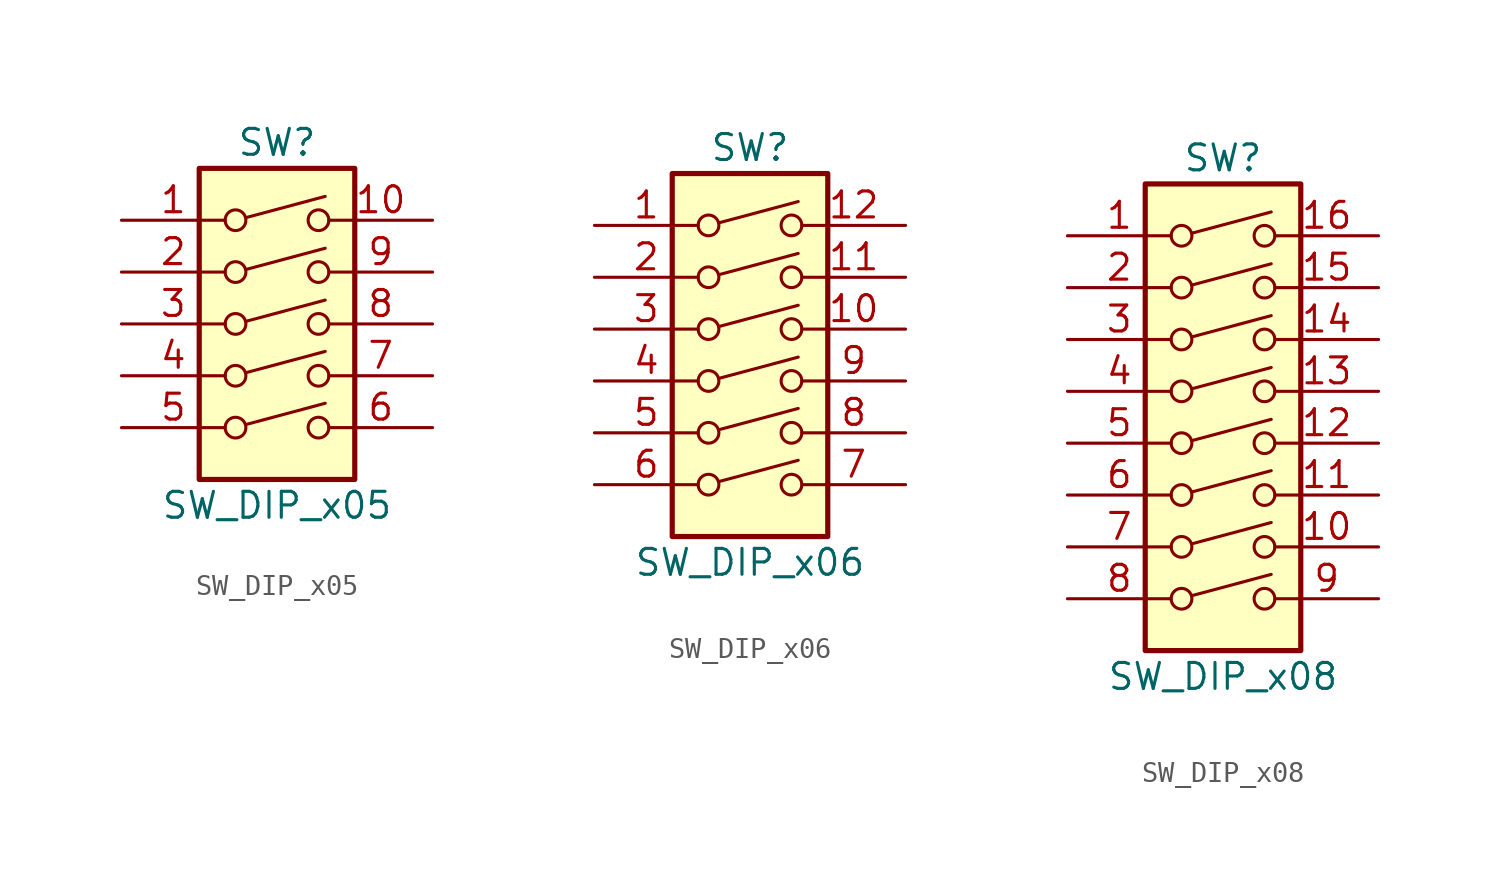
<source format=kicad_sym>
(kicad_symbol_lib
  (version 20211014)
  (generator kicad_symbol_editor)
  (symbol "SW_DIP_x05"
    (pin_names
      (offset 0) hide)
    (property "Reference" "SW"
      (at 0 8.89 0)
      (effects (font (size 1.27 1.27))))
    (property "Value" "SW_DIP_x05"
      (at 0 -8.89 0)
      (effects (font (size 1.27 1.27))))
    (symbol "SW_DIP_x05_0_0"
      (circle (center -2.032 -5.08) (radius 0.508) (stroke (width 0) (type default) (color 0 0 0 0)) (fill (type none)))
      (circle (center -2.032 -2.54) (radius 0.508) (stroke (width 0) (type default) (color 0 0 0 0)) (fill (type none)))
      (circle (center -2.032 0) (radius 0.508) (stroke (width 0) (type default) (color 0 0 0 0)) (fill (type none)))
      (circle (center -2.032 2.54) (radius 0.508) (stroke (width 0) (type default) (color 0 0 0 0)) (fill (type none)))
      (circle (center -2.032 5.08) (radius 0.508) (stroke (width 0) (type default) (color 0 0 0 0)) (fill (type none)))
      (polyline (pts (xy -1.524 -4.928) (xy 2.362 -3.886)) (stroke (width 0) (type default) (color 0 0 0 0)) (fill (type none)))
      (polyline (pts (xy -1.524 -2.388) (xy 2.362 -1.346)) (stroke (width 0) (type default) (color 0 0 0 0)) (fill (type none)))
      (polyline (pts (xy -1.524 0.127) (xy 2.362 1.168)) (stroke (width 0) (type default) (color 0 0 0 0)) (fill (type none)))
      (polyline (pts (xy -1.524 2.667) (xy 2.362 3.708)) (stroke (width 0) (type default) (color 0 0 0 0)) (fill (type none)))
      (polyline (pts (xy -1.524 5.207) (xy 2.362 6.248)) (stroke (width 0) (type default) (color 0 0 0 0)) (fill (type none)))
      (circle (center 2.032 -5.08) (radius 0.508) (stroke (width 0) (type default) (color 0 0 0 0)) (fill (type none)))
      (circle (center 2.032 -2.54) (radius 0.508) (stroke (width 0) (type default) (color 0 0 0 0)) (fill (type none)))
      (circle (center 2.032 0) (radius 0.508) (stroke (width 0) (type default) (color 0 0 0 0)) (fill (type none)))
      (circle (center 2.032 2.54) (radius 0.508) (stroke (width 0) (type default) (color 0 0 0 0)) (fill (type none)))
      (circle (center 2.032 5.08) (radius 0.508) (stroke (width 0) (type default) (color 0 0 0 0)) (fill (type none))))
    (symbol "SW_DIP_x05_0_1"
      (rectangle (start -3.81 7.62) (end 3.81 -7.62) (stroke (width 0.254) (type default) (color 0 0 0 0)) (fill (type background))))
    (symbol "SW_DIP_x05_1_1"
      (pin passive line (at -7.62 5.08 0) (length 5.08) (name "~" (effects (font (size 1.27 1.27)))) (number "1" (effects (font (size 1.27 1.27)))))
      (pin passive line (at 7.62 5.08 180) (length 5.08) (name "~" (effects (font (size 1.27 1.27)))) (number "10" (effects (font (size 1.27 1.27)))))
      (pin passive line (at -7.62 2.54 0) (length 5.08) (name "~" (effects (font (size 1.27 1.27)))) (number "2" (effects (font (size 1.27 1.27)))))
      (pin passive line (at -7.62 0 0) (length 5.08) (name "~" (effects (font (size 1.27 1.27)))) (number "3" (effects (font (size 1.27 1.27)))))
      (pin passive line (at -7.62 -2.54 0) (length 5.08) (name "~" (effects (font (size 1.27 1.27)))) (number "4" (effects (font (size 1.27 1.27)))))
      (pin passive line (at -7.62 -5.08 0) (length 5.08) (name "~" (effects (font (size 1.27 1.27)))) (number "5" (effects (font (size 1.27 1.27)))))
      (pin passive line (at 7.62 -5.08 180) (length 5.08) (name "~" (effects (font (size 1.27 1.27)))) (number "6" (effects (font (size 1.27 1.27)))))
      (pin passive line (at 7.62 -2.54 180) (length 5.08) (name "~" (effects (font (size 1.27 1.27)))) (number "7" (effects (font (size 1.27 1.27)))))
      (pin passive line (at 7.62 0 180) (length 5.08) (name "~" (effects (font (size 1.27 1.27)))) (number "8" (effects (font (size 1.27 1.27)))))
      (pin passive line (at 7.62 2.54 180) (length 5.08) (name "~" (effects (font (size 1.27 1.27)))) (number "9" (effects (font (size 1.27 1.27)))))))
  (symbol "SW_DIP_x06"
    (pin_names
      (offset 0) hide)
    (property "Reference" "SW"
      (at 0 11.43 0)
      (effects (font (size 1.27 1.27))))
    (property "Value" "SW_DIP_x06"
      (at 0 -8.89 0)
      (effects (font (size 1.27 1.27))))
    (symbol "SW_DIP_x06_0_0"
      (circle (center -2.032 -5.08) (radius 0.508) (stroke (width 0) (type default) (color 0 0 0 0)) (fill (type none)))
      (circle (center -2.032 -2.54) (radius 0.508) (stroke (width 0) (type default) (color 0 0 0 0)) (fill (type none)))
      (circle (center -2.032 0) (radius 0.508) (stroke (width 0) (type default) (color 0 0 0 0)) (fill (type none)))
      (circle (center -2.032 2.54) (radius 0.508) (stroke (width 0) (type default) (color 0 0 0 0)) (fill (type none)))
      (circle (center -2.032 5.08) (radius 0.508) (stroke (width 0) (type default) (color 0 0 0 0)) (fill (type none)))
      (circle (center -2.032 7.62) (radius 0.508) (stroke (width 0) (type default) (color 0 0 0 0)) (fill (type none)))
      (polyline (pts (xy -1.524 -4.928) (xy 2.362 -3.886)) (stroke (width 0) (type default) (color 0 0 0 0)) (fill (type none)))
      (polyline (pts (xy -1.524 -2.388) (xy 2.362 -1.346)) (stroke (width 0) (type default) (color 0 0 0 0)) (fill (type none)))
      (polyline (pts (xy -1.524 0.127) (xy 2.362 1.168)) (stroke (width 0) (type default) (color 0 0 0 0)) (fill (type none)))
      (polyline (pts (xy -1.524 2.667) (xy 2.362 3.708)) (stroke (width 0) (type default) (color 0 0 0 0)) (fill (type none)))
      (polyline (pts (xy -1.524 5.207) (xy 2.362 6.248)) (stroke (width 0) (type default) (color 0 0 0 0)) (fill (type none)))
      (polyline (pts (xy -1.524 7.747) (xy 2.362 8.788)) (stroke (width 0) (type default) (color 0 0 0 0)) (fill (type none)))
      (circle (center 2.032 -5.08) (radius 0.508) (stroke (width 0) (type default) (color 0 0 0 0)) (fill (type none)))
      (circle (center 2.032 -2.54) (radius 0.508) (stroke (width 0) (type default) (color 0 0 0 0)) (fill (type none)))
      (circle (center 2.032 0) (radius 0.508) (stroke (width 0) (type default) (color 0 0 0 0)) (fill (type none)))
      (circle (center 2.032 2.54) (radius 0.508) (stroke (width 0) (type default) (color 0 0 0 0)) (fill (type none)))
      (circle (center 2.032 5.08) (radius 0.508) (stroke (width 0) (type default) (color 0 0 0 0)) (fill (type none)))
      (circle (center 2.032 7.62) (radius 0.508) (stroke (width 0) (type default) (color 0 0 0 0)) (fill (type none))))
    (symbol "SW_DIP_x06_0_1"
      (rectangle (start -3.81 10.16) (end 3.81 -7.62) (stroke (width 0.254) (type default) (color 0 0 0 0)) (fill (type background))))
    (symbol "SW_DIP_x06_1_1"
      (pin passive line (at -7.62 7.62 0) (length 5.08) (name "~" (effects (font (size 1.27 1.27)))) (number "1" (effects (font (size 1.27 1.27)))))
      (pin passive line (at 7.62 2.54 180) (length 5.08) (name "~" (effects (font (size 1.27 1.27)))) (number "10" (effects (font (size 1.27 1.27)))))
      (pin passive line (at 7.62 5.08 180) (length 5.08) (name "~" (effects (font (size 1.27 1.27)))) (number "11" (effects (font (size 1.27 1.27)))))
      (pin passive line (at 7.62 7.62 180) (length 5.08) (name "~" (effects (font (size 1.27 1.27)))) (number "12" (effects (font (size 1.27 1.27)))))
      (pin passive line (at -7.62 5.08 0) (length 5.08) (name "~" (effects (font (size 1.27 1.27)))) (number "2" (effects (font (size 1.27 1.27)))))
      (pin passive line (at -7.62 2.54 0) (length 5.08) (name "~" (effects (font (size 1.27 1.27)))) (number "3" (effects (font (size 1.27 1.27)))))
      (pin passive line (at -7.62 0 0) (length 5.08) (name "~" (effects (font (size 1.27 1.27)))) (number "4" (effects (font (size 1.27 1.27)))))
      (pin passive line (at -7.62 -2.54 0) (length 5.08) (name "~" (effects (font (size 1.27 1.27)))) (number "5" (effects (font (size 1.27 1.27)))))
      (pin passive line (at -7.62 -5.08 0) (length 5.08) (name "~" (effects (font (size 1.27 1.27)))) (number "6" (effects (font (size 1.27 1.27)))))
      (pin passive line (at 7.62 -5.08 180) (length 5.08) (name "~" (effects (font (size 1.27 1.27)))) (number "7" (effects (font (size 1.27 1.27)))))
      (pin passive line (at 7.62 -2.54 180) (length 5.08) (name "~" (effects (font (size 1.27 1.27)))) (number "8" (effects (font (size 1.27 1.27)))))
      (pin passive line (at 7.62 0 180) (length 5.08) (name "~" (effects (font (size 1.27 1.27)))) (number "9" (effects (font (size 1.27 1.27)))))))
  (symbol "SW_DIP_x08"
    (pin_names
      (offset 0) hide)
    (property "Reference" "SW"
      (at 0 13.97 0)
      (effects (font (size 1.27 1.27))))
    (property "Value" "SW_DIP_x08"
      (at 0 -11.43 0)
      (effects (font (size 1.27 1.27))))
    (symbol "SW_DIP_x08_0_0"
      (circle (center -2.032 -7.62) (radius 0.508) (stroke (width 0) (type default) (color 0 0 0 0)) (fill (type none)))
      (circle (center -2.032 -5.08) (radius 0.508) (stroke (width 0) (type default) (color 0 0 0 0)) (fill (type none)))
      (circle (center -2.032 -2.54) (radius 0.508) (stroke (width 0) (type default) (color 0 0 0 0)) (fill (type none)))
      (circle (center -2.032 0) (radius 0.508) (stroke (width 0) (type default) (color 0 0 0 0)) (fill (type none)))
      (circle (center -2.032 2.54) (radius 0.508) (stroke (width 0) (type default) (color 0 0 0 0)) (fill (type none)))
      (circle (center -2.032 5.08) (radius 0.508) (stroke (width 0) (type default) (color 0 0 0 0)) (fill (type none)))
      (circle (center -2.032 7.62) (radius 0.508) (stroke (width 0) (type default) (color 0 0 0 0)) (fill (type none)))
      (circle (center -2.032 10.16) (radius 0.508) (stroke (width 0) (type default) (color 0 0 0 0)) (fill (type none)))
      (polyline (pts (xy -1.524 -7.468) (xy 2.362 -6.426)) (stroke (width 0) (type default) (color 0 0 0 0)) (fill (type none)))
      (polyline (pts (xy -1.524 -4.928) (xy 2.362 -3.886)) (stroke (width 0) (type default) (color 0 0 0 0)) (fill (type none)))
      (polyline (pts (xy -1.524 -2.388) (xy 2.362 -1.346)) (stroke (width 0) (type default) (color 0 0 0 0)) (fill (type none)))
      (polyline (pts (xy -1.524 0.127) (xy 2.362 1.168)) (stroke (width 0) (type default) (color 0 0 0 0)) (fill (type none)))
      (polyline (pts (xy -1.524 2.667) (xy 2.362 3.708)) (stroke (width 0) (type default) (color 0 0 0 0)) (fill (type none)))
      (polyline (pts (xy -1.524 5.207) (xy 2.362 6.248)) (stroke (width 0) (type default) (color 0 0 0 0)) (fill (type none)))
      (polyline (pts (xy -1.524 7.747) (xy 2.362 8.788)) (stroke (width 0) (type default) (color 0 0 0 0)) (fill (type none)))
      (polyline (pts (xy -1.524 10.287) (xy 2.362 11.328)) (stroke (width 0) (type default) (color 0 0 0 0)) (fill (type none)))
      (circle (center 2.032 -7.62) (radius 0.508) (stroke (width 0) (type default) (color 0 0 0 0)) (fill (type none)))
      (circle (center 2.032 -5.08) (radius 0.508) (stroke (width 0) (type default) (color 0 0 0 0)) (fill (type none)))
      (circle (center 2.032 -2.54) (radius 0.508) (stroke (width 0) (type default) (color 0 0 0 0)) (fill (type none)))
      (circle (center 2.032 0) (radius 0.508) (stroke (width 0) (type default) (color 0 0 0 0)) (fill (type none)))
      (circle (center 2.032 2.54) (radius 0.508) (stroke (width 0) (type default) (color 0 0 0 0)) (fill (type none)))
      (circle (center 2.032 5.08) (radius 0.508) (stroke (width 0) (type default) (color 0 0 0 0)) (fill (type none)))
      (circle (center 2.032 7.62) (radius 0.508) (stroke (width 0) (type default) (color 0 0 0 0)) (fill (type none)))
      (circle (center 2.032 10.16) (radius 0.508) (stroke (width 0) (type default) (color 0 0 0 0)) (fill (type none))))
    (symbol "SW_DIP_x08_0_1"
      (rectangle (start -3.81 12.7) (end 3.81 -10.16) (stroke (width 0.254) (type default) (color 0 0 0 0)) (fill (type background))))
    (symbol "SW_DIP_x08_1_1"
      (pin passive line (at -7.62 10.16 0) (length 5.08) (name "~" (effects (font (size 1.27 1.27)))) (number "1" (effects (font (size 1.27 1.27)))))
      (pin passive line (at 7.62 -5.08 180) (length 5.08) (name "~" (effects (font (size 1.27 1.27)))) (number "10" (effects (font (size 1.27 1.27)))))
      (pin passive line (at 7.62 -2.54 180) (length 5.08) (name "~" (effects (font (size 1.27 1.27)))) (number "11" (effects (font (size 1.27 1.27)))))
      (pin passive line (at 7.62 0 180) (length 5.08) (name "~" (effects (font (size 1.27 1.27)))) (number "12" (effects (font (size 1.27 1.27)))))
      (pin passive line (at 7.62 2.54 180) (length 5.08) (name "~" (effects (font (size 1.27 1.27)))) (number "13" (effects (font (size 1.27 1.27)))))
      (pin passive line (at 7.62 5.08 180) (length 5.08) (name "~" (effects (font (size 1.27 1.27)))) (number "14" (effects (font (size 1.27 1.27)))))
      (pin passive line (at 7.62 7.62 180) (length 5.08) (name "~" (effects (font (size 1.27 1.27)))) (number "15" (effects (font (size 1.27 1.27)))))
      (pin passive line (at 7.62 10.16 180) (length 5.08) (name "~" (effects (font (size 1.27 1.27)))) (number "16" (effects (font (size 1.27 1.27)))))
      (pin passive line (at -7.62 7.62 0) (length 5.08) (name "~" (effects (font (size 1.27 1.27)))) (number "2" (effects (font (size 1.27 1.27)))))
      (pin passive line (at -7.62 5.08 0) (length 5.08) (name "~" (effects (font (size 1.27 1.27)))) (number "3" (effects (font (size 1.27 1.27)))))
      (pin passive line (at -7.62 2.54 0) (length 5.08) (name "~" (effects (font (size 1.27 1.27)))) (number "4" (effects (font (size 1.27 1.27)))))
      (pin passive line (at -7.62 0 0) (length 5.08) (name "~" (effects (font (size 1.27 1.27)))) (number "5" (effects (font (size 1.27 1.27)))))
      (pin passive line (at -7.62 -2.54 0) (length 5.08) (name "~" (effects (font (size 1.27 1.27)))) (number "6" (effects (font (size 1.27 1.27)))))
      (pin passive line (at -7.62 -5.08 0) (length 5.08) (name "~" (effects (font (size 1.27 1.27)))) (number "7" (effects (font (size 1.27 1.27)))))
      (pin passive line (at -7.62 -7.62 0) (length 5.08) (name "~" (effects (font (size 1.27 1.27)))) (number "8" (effects (font (size 1.27 1.27)))))
      (pin passive line (at 7.62 -7.62 180) (length 5.08) (name "~" (effects (font (size 1.27 1.27)))) (number "9" (effects (font (size 1.27 1.27))))))))
</source>
